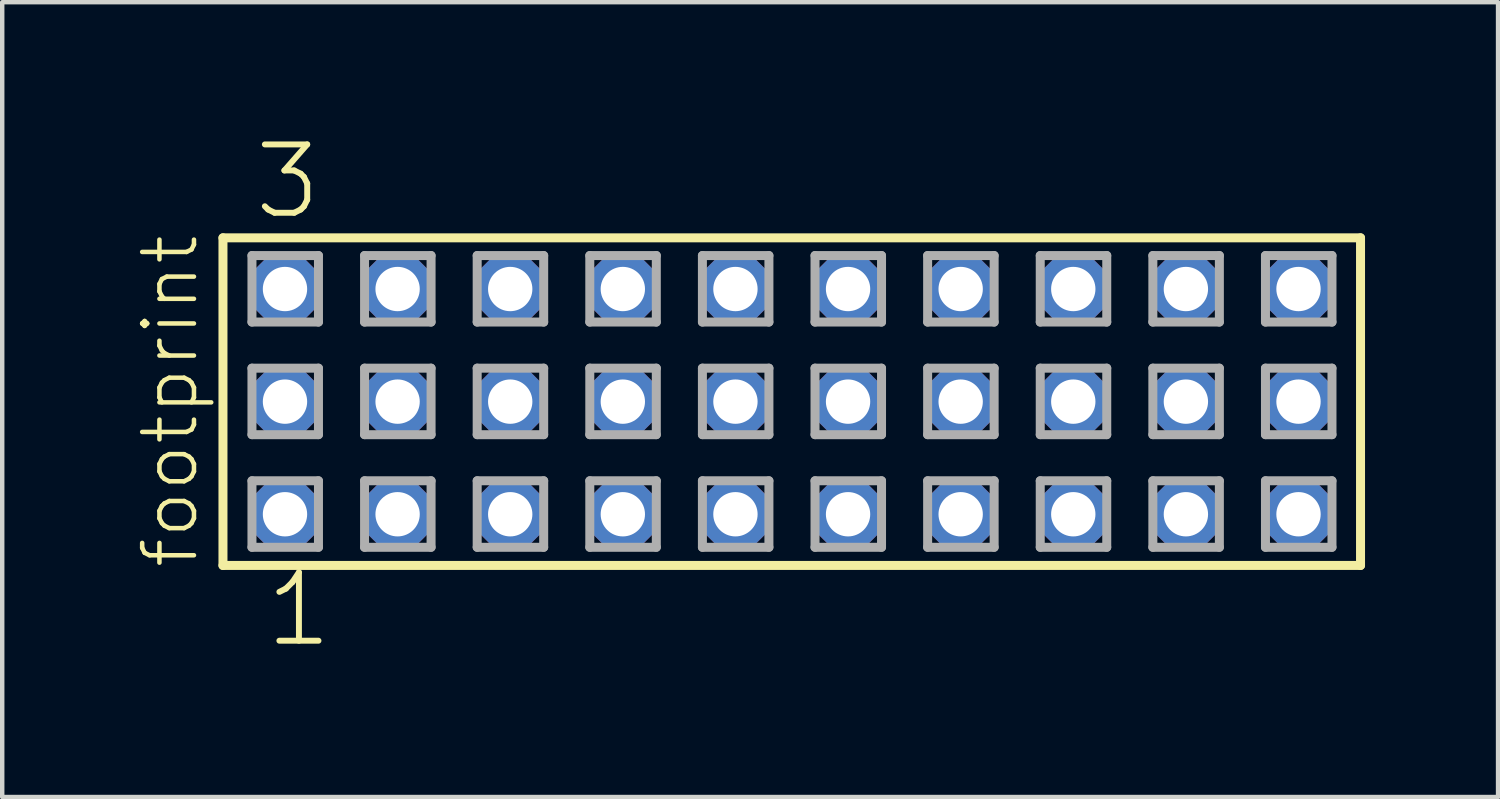
<source format=kicad_pcb>
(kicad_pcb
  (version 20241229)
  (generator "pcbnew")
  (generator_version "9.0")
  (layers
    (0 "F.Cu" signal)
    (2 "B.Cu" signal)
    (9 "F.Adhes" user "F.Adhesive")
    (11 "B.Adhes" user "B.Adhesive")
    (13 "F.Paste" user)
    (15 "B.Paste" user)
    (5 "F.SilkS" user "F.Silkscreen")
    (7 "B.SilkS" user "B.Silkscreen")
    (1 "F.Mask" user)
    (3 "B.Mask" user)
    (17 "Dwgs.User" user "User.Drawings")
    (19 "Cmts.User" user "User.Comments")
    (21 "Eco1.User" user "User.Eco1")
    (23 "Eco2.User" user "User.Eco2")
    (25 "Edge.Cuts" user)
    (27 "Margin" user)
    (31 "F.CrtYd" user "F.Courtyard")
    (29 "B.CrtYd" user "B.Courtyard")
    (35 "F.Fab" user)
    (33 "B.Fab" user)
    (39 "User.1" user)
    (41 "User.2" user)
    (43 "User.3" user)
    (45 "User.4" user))
  (footprint "footprint"
    (layer "F.Cu")
    (at 14.808 6.009)
    (property "Reference" "footprint" (at -13.335 3.81 90) (layer "F.SilkS") (effects (font (size 1.168 1.168) (thickness 0.102)) (justify left bottom)))
    (fp_line (start -12.829 -3.695) (end 12.829 -3.695) (stroke (width 0.203) (type solid)) (layer "F.SilkS"))
    (fp_line (start -12.829 3.695) (end -12.829 -3.695) (stroke (width 0.203) (type solid)) (layer "F.SilkS"))
    (fp_line (start 12.829 -3.695) (end 12.829 3.695) (stroke (width 0.203) (type solid)) (layer "F.SilkS"))
    (fp_line (start 12.829 3.695) (end -12.829 3.695) (stroke (width 0.203) (type solid)) (layer "F.SilkS"))
    (fp_line (start -12.175 -3.295) (end -10.675 -3.295) (stroke (width 0.203) (type solid)) (layer "F.Fab"))
    (fp_line (start -12.175 -1.795) (end -12.175 -3.295) (stroke (width 0.203) (type solid)) (layer "F.Fab"))
    (fp_line (start -12.175 -0.755) (end -10.675 -0.755) (stroke (width 0.203) (type solid)) (layer "F.Fab"))
    (fp_line (start -12.175 0.745) (end -12.175 -0.755) (stroke (width 0.203) (type solid)) (layer "F.Fab"))
    (fp_line (start -12.175 1.785) (end -10.675 1.785) (stroke (width 0.203) (type solid)) (layer "F.Fab"))
    (fp_line (start -12.175 3.285) (end -12.175 1.785) (stroke (width 0.203) (type solid)) (layer "F.Fab"))
    (fp_line (start -10.675 -3.295) (end -10.675 -1.795) (stroke (width 0.203) (type solid)) (layer "F.Fab"))
    (fp_line (start -10.675 -1.795) (end -12.175 -1.795) (stroke (width 0.203) (type solid)) (layer "F.Fab"))
    (fp_line (start -10.675 -0.755) (end -10.675 0.745) (stroke (width 0.203) (type solid)) (layer "F.Fab"))
    (fp_line (start -10.675 0.745) (end -12.175 0.745) (stroke (width 0.203) (type solid)) (layer "F.Fab"))
    (fp_line (start -10.675 1.785) (end -10.675 3.285) (stroke (width 0.203) (type solid)) (layer "F.Fab"))
    (fp_line (start -10.675 3.285) (end -12.175 3.285) (stroke (width 0.203) (type solid)) (layer "F.Fab"))
    (fp_line (start -9.635 -3.295) (end -8.135 -3.295) (stroke (width 0.203) (type solid)) (layer "F.Fab"))
    (fp_line (start -9.635 -1.795) (end -9.635 -3.295) (stroke (width 0.203) (type solid)) (layer "F.Fab"))
    (fp_line (start -9.635 -0.755) (end -8.135 -0.755) (stroke (width 0.203) (type solid)) (layer "F.Fab"))
    (fp_line (start -9.635 0.745) (end -9.635 -0.755) (stroke (width 0.203) (type solid)) (layer "F.Fab"))
    (fp_line (start -9.635 1.785) (end -8.135 1.785) (stroke (width 0.203) (type solid)) (layer "F.Fab"))
    (fp_line (start -9.635 3.285) (end -9.635 1.785) (stroke (width 0.203) (type solid)) (layer "F.Fab"))
    (fp_line (start -8.135 -3.295) (end -8.135 -1.795) (stroke (width 0.203) (type solid)) (layer "F.Fab"))
    (fp_line (start -8.135 -1.795) (end -9.635 -1.795) (stroke (width 0.203) (type solid)) (layer "F.Fab"))
    (fp_line (start -8.135 -0.755) (end -8.135 0.745) (stroke (width 0.203) (type solid)) (layer "F.Fab"))
    (fp_line (start -8.135 0.745) (end -9.635 0.745) (stroke (width 0.203) (type solid)) (layer "F.Fab"))
    (fp_line (start -8.135 1.785) (end -8.135 3.285) (stroke (width 0.203) (type solid)) (layer "F.Fab"))
    (fp_line (start -8.135 3.285) (end -9.635 3.285) (stroke (width 0.203) (type solid)) (layer "F.Fab"))
    (fp_line (start -7.095 -3.295) (end -5.595 -3.295) (stroke (width 0.203) (type solid)) (layer "F.Fab"))
    (fp_line (start -7.095 -1.795) (end -7.095 -3.295) (stroke (width 0.203) (type solid)) (layer "F.Fab"))
    (fp_line (start -7.095 -0.755) (end -5.595 -0.755) (stroke (width 0.203) (type solid)) (layer "F.Fab"))
    (fp_line (start -7.095 0.745) (end -7.095 -0.755) (stroke (width 0.203) (type solid)) (layer "F.Fab"))
    (fp_line (start -7.095 1.785) (end -5.595 1.785) (stroke (width 0.203) (type solid)) (layer "F.Fab"))
    (fp_line (start -7.095 3.285) (end -7.095 1.785) (stroke (width 0.203) (type solid)) (layer "F.Fab"))
    (fp_line (start -5.595 -3.295) (end -5.595 -1.795) (stroke (width 0.203) (type solid)) (layer "F.Fab"))
    (fp_line (start -5.595 -1.795) (end -7.095 -1.795) (stroke (width 0.203) (type solid)) (layer "F.Fab"))
    (fp_line (start -5.595 -0.755) (end -5.595 0.745) (stroke (width 0.203) (type solid)) (layer "F.Fab"))
    (fp_line (start -5.595 0.745) (end -7.095 0.745) (stroke (width 0.203) (type solid)) (layer "F.Fab"))
    (fp_line (start -5.595 1.785) (end -5.595 3.285) (stroke (width 0.203) (type solid)) (layer "F.Fab"))
    (fp_line (start -5.595 3.285) (end -7.095 3.285) (stroke (width 0.203) (type solid)) (layer "F.Fab"))
    (fp_line (start -4.555 -3.295) (end -3.055 -3.295) (stroke (width 0.203) (type solid)) (layer "F.Fab"))
    (fp_line (start -4.555 -1.795) (end -4.555 -3.295) (stroke (width 0.203) (type solid)) (layer "F.Fab"))
    (fp_line (start -4.555 -0.755) (end -3.055 -0.755) (stroke (width 0.203) (type solid)) (layer "F.Fab"))
    (fp_line (start -4.555 0.745) (end -4.555 -0.755) (stroke (width 0.203) (type solid)) (layer "F.Fab"))
    (fp_line (start -4.555 1.785) (end -3.055 1.785) (stroke (width 0.203) (type solid)) (layer "F.Fab"))
    (fp_line (start -4.555 3.285) (end -4.555 1.785) (stroke (width 0.203) (type solid)) (layer "F.Fab"))
    (fp_line (start -3.055 -3.295) (end -3.055 -1.795) (stroke (width 0.203) (type solid)) (layer "F.Fab"))
    (fp_line (start -3.055 -1.795) (end -4.555 -1.795) (stroke (width 0.203) (type solid)) (layer "F.Fab"))
    (fp_line (start -3.055 -0.755) (end -3.055 0.745) (stroke (width 0.203) (type solid)) (layer "F.Fab"))
    (fp_line (start -3.055 0.745) (end -4.555 0.745) (stroke (width 0.203) (type solid)) (layer "F.Fab"))
    (fp_line (start -3.055 1.785) (end -3.055 3.285) (stroke (width 0.203) (type solid)) (layer "F.Fab"))
    (fp_line (start -3.055 3.285) (end -4.555 3.285) (stroke (width 0.203) (type solid)) (layer "F.Fab"))
    (fp_line (start -2.015 -3.295) (end -0.515 -3.295) (stroke (width 0.203) (type solid)) (layer "F.Fab"))
    (fp_line (start -2.015 -1.795) (end -2.015 -3.295) (stroke (width 0.203) (type solid)) (layer "F.Fab"))
    (fp_line (start -2.015 -0.755) (end -0.515 -0.755) (stroke (width 0.203) (type solid)) (layer "F.Fab"))
    (fp_line (start -2.015 0.745) (end -2.015 -0.755) (stroke (width 0.203) (type solid)) (layer "F.Fab"))
    (fp_line (start -2.015 1.785) (end -0.515 1.785) (stroke (width 0.203) (type solid)) (layer "F.Fab"))
    (fp_line (start -2.015 3.285) (end -2.015 1.785) (stroke (width 0.203) (type solid)) (layer "F.Fab"))
    (fp_line (start -0.515 -3.295) (end -0.515 -1.795) (stroke (width 0.203) (type solid)) (layer "F.Fab"))
    (fp_line (start -0.515 -1.795) (end -2.015 -1.795) (stroke (width 0.203) (type solid)) (layer "F.Fab"))
    (fp_line (start -0.515 -0.755) (end -0.515 0.745) (stroke (width 0.203) (type solid)) (layer "F.Fab"))
    (fp_line (start -0.515 0.745) (end -2.015 0.745) (stroke (width 0.203) (type solid)) (layer "F.Fab"))
    (fp_line (start -0.515 1.785) (end -0.515 3.285) (stroke (width 0.203) (type solid)) (layer "F.Fab"))
    (fp_line (start -0.515 3.285) (end -2.015 3.285) (stroke (width 0.203) (type solid)) (layer "F.Fab"))
    (fp_line (start 0.525 -3.295) (end 2.025 -3.295) (stroke (width 0.203) (type solid)) (layer "F.Fab"))
    (fp_line (start 0.525 -1.795) (end 0.525 -3.295) (stroke (width 0.203) (type solid)) (layer "F.Fab"))
    (fp_line (start 0.525 -0.755) (end 2.025 -0.755) (stroke (width 0.203) (type solid)) (layer "F.Fab"))
    (fp_line (start 0.525 0.745) (end 0.525 -0.755) (stroke (width 0.203) (type solid)) (layer "F.Fab"))
    (fp_line (start 0.525 1.785) (end 2.025 1.785) (stroke (width 0.203) (type solid)) (layer "F.Fab"))
    (fp_line (start 0.525 3.285) (end 0.525 1.785) (stroke (width 0.203) (type solid)) (layer "F.Fab"))
    (fp_line (start 2.025 -3.295) (end 2.025 -1.795) (stroke (width 0.203) (type solid)) (layer "F.Fab"))
    (fp_line (start 2.025 -1.795) (end 0.525 -1.795) (stroke (width 0.203) (type solid)) (layer "F.Fab"))
    (fp_line (start 2.025 -0.755) (end 2.025 0.745) (stroke (width 0.203) (type solid)) (layer "F.Fab"))
    (fp_line (start 2.025 0.745) (end 0.525 0.745) (stroke (width 0.203) (type solid)) (layer "F.Fab"))
    (fp_line (start 2.025 1.785) (end 2.025 3.285) (stroke (width 0.203) (type solid)) (layer "F.Fab"))
    (fp_line (start 2.025 3.285) (end 0.525 3.285) (stroke (width 0.203) (type solid)) (layer "F.Fab"))
    (fp_line (start 3.065 -3.295) (end 4.565 -3.295) (stroke (width 0.203) (type solid)) (layer "F.Fab"))
    (fp_line (start 3.065 -1.795) (end 3.065 -3.295) (stroke (width 0.203) (type solid)) (layer "F.Fab"))
    (fp_line (start 3.065 -0.755) (end 4.565 -0.755) (stroke (width 0.203) (type solid)) (layer "F.Fab"))
    (fp_line (start 3.065 0.745) (end 3.065 -0.755) (stroke (width 0.203) (type solid)) (layer "F.Fab"))
    (fp_line (start 3.065 1.785) (end 4.565 1.785) (stroke (width 0.203) (type solid)) (layer "F.Fab"))
    (fp_line (start 3.065 3.285) (end 3.065 1.785) (stroke (width 0.203) (type solid)) (layer "F.Fab"))
    (fp_line (start 4.565 -3.295) (end 4.565 -1.795) (stroke (width 0.203) (type solid)) (layer "F.Fab"))
    (fp_line (start 4.565 -1.795) (end 3.065 -1.795) (stroke (width 0.203) (type solid)) (layer "F.Fab"))
    (fp_line (start 4.565 -0.755) (end 4.565 0.745) (stroke (width 0.203) (type solid)) (layer "F.Fab"))
    (fp_line (start 4.565 0.745) (end 3.065 0.745) (stroke (width 0.203) (type solid)) (layer "F.Fab"))
    (fp_line (start 4.565 1.785) (end 4.565 3.285) (stroke (width 0.203) (type solid)) (layer "F.Fab"))
    (fp_line (start 4.565 3.285) (end 3.065 3.285) (stroke (width 0.203) (type solid)) (layer "F.Fab"))
    (fp_line (start 5.605 -3.295) (end 7.105 -3.295) (stroke (width 0.203) (type solid)) (layer "F.Fab"))
    (fp_line (start 5.605 -1.795) (end 5.605 -3.295) (stroke (width 0.203) (type solid)) (layer "F.Fab"))
    (fp_line (start 5.605 -0.755) (end 7.105 -0.755) (stroke (width 0.203) (type solid)) (layer "F.Fab"))
    (fp_line (start 5.605 0.745) (end 5.605 -0.755) (stroke (width 0.203) (type solid)) (layer "F.Fab"))
    (fp_line (start 5.605 1.785) (end 7.105 1.785) (stroke (width 0.203) (type solid)) (layer "F.Fab"))
    (fp_line (start 5.605 3.285) (end 5.605 1.785) (stroke (width 0.203) (type solid)) (layer "F.Fab"))
    (fp_line (start 7.105 -3.295) (end 7.105 -1.795) (stroke (width 0.203) (type solid)) (layer "F.Fab"))
    (fp_line (start 7.105 -1.795) (end 5.605 -1.795) (stroke (width 0.203) (type solid)) (layer "F.Fab"))
    (fp_line (start 7.105 -0.755) (end 7.105 0.745) (stroke (width 0.203) (type solid)) (layer "F.Fab"))
    (fp_line (start 7.105 0.745) (end 5.605 0.745) (stroke (width 0.203) (type solid)) (layer "F.Fab"))
    (fp_line (start 7.105 1.785) (end 7.105 3.285) (stroke (width 0.203) (type solid)) (layer "F.Fab"))
    (fp_line (start 7.105 3.285) (end 5.605 3.285) (stroke (width 0.203) (type solid)) (layer "F.Fab"))
    (fp_line (start 8.145 -3.295) (end 9.645 -3.295) (stroke (width 0.203) (type solid)) (layer "F.Fab"))
    (fp_line (start 8.145 -1.795) (end 8.145 -3.295) (stroke (width 0.203) (type solid)) (layer "F.Fab"))
    (fp_line (start 8.145 -0.755) (end 9.645 -0.755) (stroke (width 0.203) (type solid)) (layer "F.Fab"))
    (fp_line (start 8.145 0.745) (end 8.145 -0.755) (stroke (width 0.203) (type solid)) (layer "F.Fab"))
    (fp_line (start 8.145 1.785) (end 9.645 1.785) (stroke (width 0.203) (type solid)) (layer "F.Fab"))
    (fp_line (start 8.145 3.285) (end 8.145 1.785) (stroke (width 0.203) (type solid)) (layer "F.Fab"))
    (fp_line (start 9.645 -3.295) (end 9.645 -1.795) (stroke (width 0.203) (type solid)) (layer "F.Fab"))
    (fp_line (start 9.645 -1.795) (end 8.145 -1.795) (stroke (width 0.203) (type solid)) (layer "F.Fab"))
    (fp_line (start 9.645 -0.755) (end 9.645 0.745) (stroke (width 0.203) (type solid)) (layer "F.Fab"))
    (fp_line (start 9.645 0.745) (end 8.145 0.745) (stroke (width 0.203) (type solid)) (layer "F.Fab"))
    (fp_line (start 9.645 1.785) (end 9.645 3.285) (stroke (width 0.203) (type solid)) (layer "F.Fab"))
    (fp_line (start 9.645 3.285) (end 8.145 3.285) (stroke (width 0.203) (type solid)) (layer "F.Fab"))
    (fp_line (start 10.685 -3.295) (end 12.185 -3.295) (stroke (width 0.203) (type solid)) (layer "F.Fab"))
    (fp_line (start 10.685 -1.795) (end 10.685 -3.295) (stroke (width 0.203) (type solid)) (layer "F.Fab"))
    (fp_line (start 10.685 -0.755) (end 12.185 -0.755) (stroke (width 0.203) (type solid)) (layer "F.Fab"))
    (fp_line (start 10.685 0.745) (end 10.685 -0.755) (stroke (width 0.203) (type solid)) (layer "F.Fab"))
    (fp_line (start 10.685 1.785) (end 12.185 1.785) (stroke (width 0.203) (type solid)) (layer "F.Fab"))
    (fp_line (start 10.685 3.285) (end 10.685 1.785) (stroke (width 0.203) (type solid)) (layer "F.Fab"))
    (fp_line (start 12.185 -3.295) (end 12.185 -1.795) (stroke (width 0.203) (type solid)) (layer "F.Fab"))
    (fp_line (start 12.185 -1.795) (end 10.685 -1.795) (stroke (width 0.203) (type solid)) (layer "F.Fab"))
    (fp_line (start 12.185 -0.755) (end 12.185 0.745) (stroke (width 0.203) (type solid)) (layer "F.Fab"))
    (fp_line (start 12.185 0.745) (end 10.685 0.745) (stroke (width 0.203) (type solid)) (layer "F.Fab"))
    (fp_line (start 12.185 1.785) (end 12.185 3.285) (stroke (width 0.203) (type solid)) (layer "F.Fab"))
    (fp_line (start 12.185 3.285) (end 10.685 3.285) (stroke (width 0.203) (type solid)) (layer "F.Fab"))
    (fp_text user "1" (at -11.938 5.588 0) (layer "F.SilkS") (effects (font (size 1.542 1.542) (thickness 0.134)) (justify left bottom)))
    (fp_text user "3" (at -12.192 -4.064 0) (layer "F.SilkS") (effects (font (size 1.542 1.542) (thickness 0.134)) (justify left bottom)))
    (pad "1" thru_hole roundrect (at -11.43 2.54) (size 1.5 1.5) (drill 1) (layers "*.Cu" "*.Mask") (roundrect_rratio 0.25) (chamfer_ratio 0.25) (chamfer top_left top_right bottom_left bottom_right))
    (pad "2" thru_hole roundrect (at -11.43 0) (size 1.5 1.5) (drill 1) (layers "*.Cu" "*.Mask") (roundrect_rratio 0.25) (chamfer_ratio 0.25) (chamfer top_left top_right bottom_left bottom_right))
    (pad "3" thru_hole roundrect (at -11.43 -2.54) (size 1.5 1.5) (drill 1) (layers "*.Cu" "*.Mask") (roundrect_rratio 0.25) (chamfer_ratio 0.25) (chamfer top_left top_right bottom_left bottom_right))
    (pad "4" thru_hole roundrect (at -8.89 2.54) (size 1.5 1.5) (drill 1) (layers "*.Cu" "*.Mask") (roundrect_rratio 0.25) (chamfer_ratio 0.25) (chamfer top_left top_right bottom_left bottom_right))
    (pad "5" thru_hole roundrect (at -8.89 0) (size 1.5 1.5) (drill 1) (layers "*.Cu" "*.Mask") (roundrect_rratio 0.25) (chamfer_ratio 0.25) (chamfer top_left top_right bottom_left bottom_right))
    (pad "6" thru_hole roundrect (at -8.89 -2.54) (size 1.5 1.5) (drill 1) (layers "*.Cu" "*.Mask") (roundrect_rratio 0.25) (chamfer_ratio 0.25) (chamfer top_left top_right bottom_left bottom_right))
    (pad "7" thru_hole roundrect (at -6.35 2.54) (size 1.5 1.5) (drill 1) (layers "*.Cu" "*.Mask") (roundrect_rratio 0.25) (chamfer_ratio 0.25) (chamfer top_left top_right bottom_left bottom_right))
    (pad "8" thru_hole roundrect (at -6.35 0) (size 1.5 1.5) (drill 1) (layers "*.Cu" "*.Mask") (roundrect_rratio 0.25) (chamfer_ratio 0.25) (chamfer top_left top_right bottom_left bottom_right))
    (pad "9" thru_hole roundrect (at -6.35 -2.54) (size 1.5 1.5) (drill 1) (layers "*.Cu" "*.Mask") (roundrect_rratio 0.25) (chamfer_ratio 0.25) (chamfer top_left top_right bottom_left bottom_right))
    (pad "10" thru_hole roundrect (at -3.81 2.54) (size 1.5 1.5) (drill 1) (layers "*.Cu" "*.Mask") (roundrect_rratio 0.25) (chamfer_ratio 0.25) (chamfer top_left top_right bottom_left bottom_right))
    (pad "11" thru_hole roundrect (at -3.81 0) (size 1.5 1.5) (drill 1) (layers "*.Cu" "*.Mask") (roundrect_rratio 0.25) (chamfer_ratio 0.25) (chamfer top_left top_right bottom_left bottom_right))
    (pad "12" thru_hole roundrect (at -3.81 -2.54) (size 1.5 1.5) (drill 1) (layers "*.Cu" "*.Mask") (roundrect_rratio 0.25) (chamfer_ratio 0.25) (chamfer top_left top_right bottom_left bottom_right))
    (pad "13" thru_hole roundrect (at -1.27 2.54) (size 1.5 1.5) (drill 1) (layers "*.Cu" "*.Mask") (roundrect_rratio 0.25) (chamfer_ratio 0.25) (chamfer top_left top_right bottom_left bottom_right))
    (pad "14" thru_hole roundrect (at -1.27 0) (size 1.5 1.5) (drill 1) (layers "*.Cu" "*.Mask") (roundrect_rratio 0.25) (chamfer_ratio 0.25) (chamfer top_left top_right bottom_left bottom_right))
    (pad "15" thru_hole roundrect (at -1.27 -2.54) (size 1.5 1.5) (drill 1) (layers "*.Cu" "*.Mask") (roundrect_rratio 0.25) (chamfer_ratio 0.25) (chamfer top_left top_right bottom_left bottom_right))
    (pad "16" thru_hole roundrect (at 1.27 2.54) (size 1.5 1.5) (drill 1) (layers "*.Cu" "*.Mask") (roundrect_rratio 0.25) (chamfer_ratio 0.25) (chamfer top_left top_right bottom_left bottom_right))
    (pad "17" thru_hole roundrect (at 1.27 0) (size 1.5 1.5) (drill 1) (layers "*.Cu" "*.Mask") (roundrect_rratio 0.25) (chamfer_ratio 0.25) (chamfer top_left top_right bottom_left bottom_right))
    (pad "18" thru_hole roundrect (at 1.27 -2.54) (size 1.5 1.5) (drill 1) (layers "*.Cu" "*.Mask") (roundrect_rratio 0.25) (chamfer_ratio 0.25) (chamfer top_left top_right bottom_left bottom_right))
    (pad "19" thru_hole roundrect (at 3.81 2.54) (size 1.5 1.5) (drill 1) (layers "*.Cu" "*.Mask") (roundrect_rratio 0.25) (chamfer_ratio 0.25) (chamfer top_left top_right bottom_left bottom_right))
    (pad "20" thru_hole roundrect (at 3.81 0) (size 1.5 1.5) (drill 1) (layers "*.Cu" "*.Mask") (roundrect_rratio 0.25) (chamfer_ratio 0.25) (chamfer top_left top_right bottom_left bottom_right))
    (pad "21" thru_hole roundrect (at 3.81 -2.54) (size 1.5 1.5) (drill 1) (layers "*.Cu" "*.Mask") (roundrect_rratio 0.25) (chamfer_ratio 0.25) (chamfer top_left top_right bottom_left bottom_right))
    (pad "22" thru_hole roundrect (at 6.35 2.54) (size 1.5 1.5) (drill 1) (layers "*.Cu" "*.Mask") (roundrect_rratio 0.25) (chamfer_ratio 0.25) (chamfer top_left top_right bottom_left bottom_right))
    (pad "23" thru_hole roundrect (at 6.35 0) (size 1.5 1.5) (drill 1) (layers "*.Cu" "*.Mask") (roundrect_rratio 0.25) (chamfer_ratio 0.25) (chamfer top_left top_right bottom_left bottom_right))
    (pad "24" thru_hole roundrect (at 6.35 -2.54) (size 1.5 1.5) (drill 1) (layers "*.Cu" "*.Mask") (roundrect_rratio 0.25) (chamfer_ratio 0.25) (chamfer top_left top_right bottom_left bottom_right))
    (pad "25" thru_hole roundrect (at 8.89 2.54) (size 1.5 1.5) (drill 1) (layers "*.Cu" "*.Mask") (roundrect_rratio 0.25) (chamfer_ratio 0.25) (chamfer top_left top_right bottom_left bottom_right))
    (pad "26" thru_hole roundrect (at 8.89 0) (size 1.5 1.5) (drill 1) (layers "*.Cu" "*.Mask") (roundrect_rratio 0.25) (chamfer_ratio 0.25) (chamfer top_left top_right bottom_left bottom_right))
    (pad "27" thru_hole roundrect (at 8.89 -2.54) (size 1.5 1.5) (drill 1) (layers "*.Cu" "*.Mask") (roundrect_rratio 0.25) (chamfer_ratio 0.25) (chamfer top_left top_right bottom_left bottom_right))
    (pad "28" thru_hole roundrect (at 11.43 2.54) (size 1.5 1.5) (drill 1) (layers "*.Cu" "*.Mask") (roundrect_rratio 0.25) (chamfer_ratio 0.25) (chamfer top_left top_right bottom_left bottom_right))
    (pad "29" thru_hole roundrect (at 11.43 0) (size 1.5 1.5) (drill 1) (layers "*.Cu" "*.Mask") (roundrect_rratio 0.25) (chamfer_ratio 0.25) (chamfer top_left top_right bottom_left bottom_right))
    (pad "30" thru_hole roundrect (at 11.43 -2.54) (size 1.5 1.5) (drill 1) (layers "*.Cu" "*.Mask") (roundrect_rratio 0.25) (chamfer_ratio 0.25) (chamfer top_left top_right bottom_left bottom_right)))
  (gr_rect
    (start -3 -3)
    (end 30.739 14.927)
    (stroke (width 0.1) (type default))
    (fill no)
    (layer "Edge.Cuts")))
</source>
